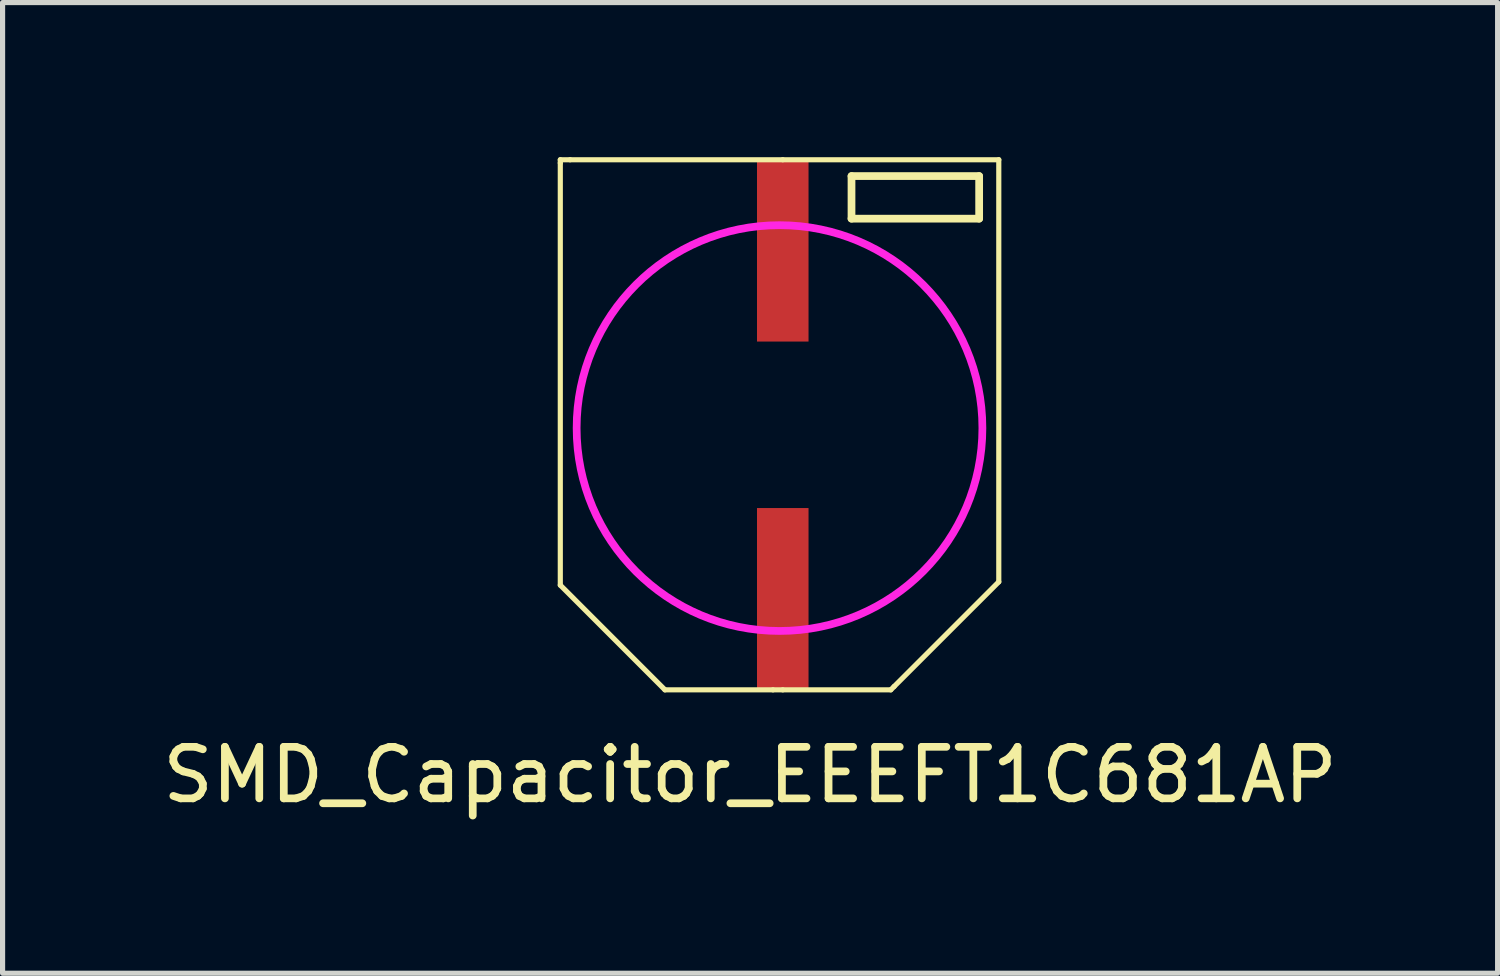
<source format=kicad_pcb>
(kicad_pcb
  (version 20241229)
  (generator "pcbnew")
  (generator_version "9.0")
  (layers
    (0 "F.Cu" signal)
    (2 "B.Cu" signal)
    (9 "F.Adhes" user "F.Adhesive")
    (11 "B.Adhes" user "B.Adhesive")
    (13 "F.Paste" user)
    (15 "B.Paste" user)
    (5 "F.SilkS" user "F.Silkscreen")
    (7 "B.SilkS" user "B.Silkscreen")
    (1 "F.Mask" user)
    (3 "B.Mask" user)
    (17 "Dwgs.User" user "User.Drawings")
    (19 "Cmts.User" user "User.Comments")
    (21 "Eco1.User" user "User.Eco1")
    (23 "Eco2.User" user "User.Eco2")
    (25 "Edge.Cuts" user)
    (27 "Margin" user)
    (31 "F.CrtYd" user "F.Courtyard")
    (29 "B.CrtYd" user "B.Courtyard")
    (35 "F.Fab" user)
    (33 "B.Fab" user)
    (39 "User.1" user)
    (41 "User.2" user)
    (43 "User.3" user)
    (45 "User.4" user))
  (footprint "SMD_Capacitor_EEEFT1C681AP"
    (layer "F.Cu")
    (at 10.172 3.352)
    (property "Reference" "SMD_Capacitor_EEEFT1C681AP" (at 1.333 8.636 0) (layer "F.SilkS") (effects (font (size 1 1) (thickness 0.15))))
    (attr through_hole)
    (fp_line (start -2.349 -3.239) (end -2.349 -3.302) (stroke (width 0.1) (type solid)) (layer "F.SilkS"))
    (fp_line (start -2.349 -3.239) (end -2.349 4.953) (stroke (width 0.1) (type solid)) (layer "F.SilkS"))
    (fp_line (start -2.159 -3.302) (end -2.349 -3.302) (stroke (width 0.1) (type solid)) (layer "F.SilkS"))
    (fp_line (start -0.318 6.985) (end -2.349 4.953) (stroke (width 0.1) (type solid)) (layer "F.SilkS"))
    (fp_line (start -0.318 6.985) (end 1.778 6.985) (stroke (width 0.1) (type solid)) (layer "F.SilkS"))
    (fp_line (start 1.778 6.985) (end 1.968 6.985) (stroke (width 0.1) (type solid)) (layer "F.SilkS"))
    (fp_line (start 1.968 -3.302) (end -2.159 -3.302) (stroke (width 0.1) (type solid)) (layer "F.SilkS"))
    (fp_line (start 1.968 -3.302) (end 6.16 -3.302) (stroke (width 0.1) (type solid)) (layer "F.SilkS"))
    (fp_line (start 1.968 6.985) (end 4.064 6.985) (stroke (width 0.1) (type solid)) (layer "F.SilkS"))
    (fp_line (start 3.302 -2.985) (end 3.302 -2.159) (stroke (width 0.15) (type solid)) (layer "F.SilkS"))
    (fp_line (start 3.302 -2.159) (end 5.779 -2.159) (stroke (width 0.15) (type solid)) (layer "F.SilkS"))
    (fp_line (start 4.064 6.985) (end 4.128 6.921) (stroke (width 0.1) (type solid)) (layer "F.SilkS"))
    (fp_line (start 4.128 6.921) (end 6.16 4.889) (stroke (width 0.1) (type solid)) (layer "F.SilkS"))
    (fp_line (start 5.779 -2.985) (end 3.302 -2.985) (stroke (width 0.15) (type solid)) (layer "F.SilkS"))
    (fp_line (start 5.779 -2.159) (end 5.779 -2.985) (stroke (width 0.15) (type solid)) (layer "F.SilkS"))
    (fp_line (start 6.16 -3.302) (end 6.16 4.889) (stroke (width 0.1) (type solid)) (layer "F.SilkS"))
    (fp_circle (center 1.905 1.905) (end 5.842 1.905) (stroke (width 0.15) (type solid)) (fill no) (layer "F.CrtYd"))
    (pad "1" smd rect (at 1.968 -1.524) (size 1 3.5) (layers "F.Cu" "F.Mask" "F.Paste"))
    (pad "2" smd rect (at 1.968 5.207) (size 1 3.5) (layers "F.Cu" "F.Mask" "F.Paste")))
  (gr_rect
    (start -3 -3)
    (end 26.012 15.836)
    (stroke (width 0.1) (type default))
    (fill no)
    (layer "Edge.Cuts")))
</source>
